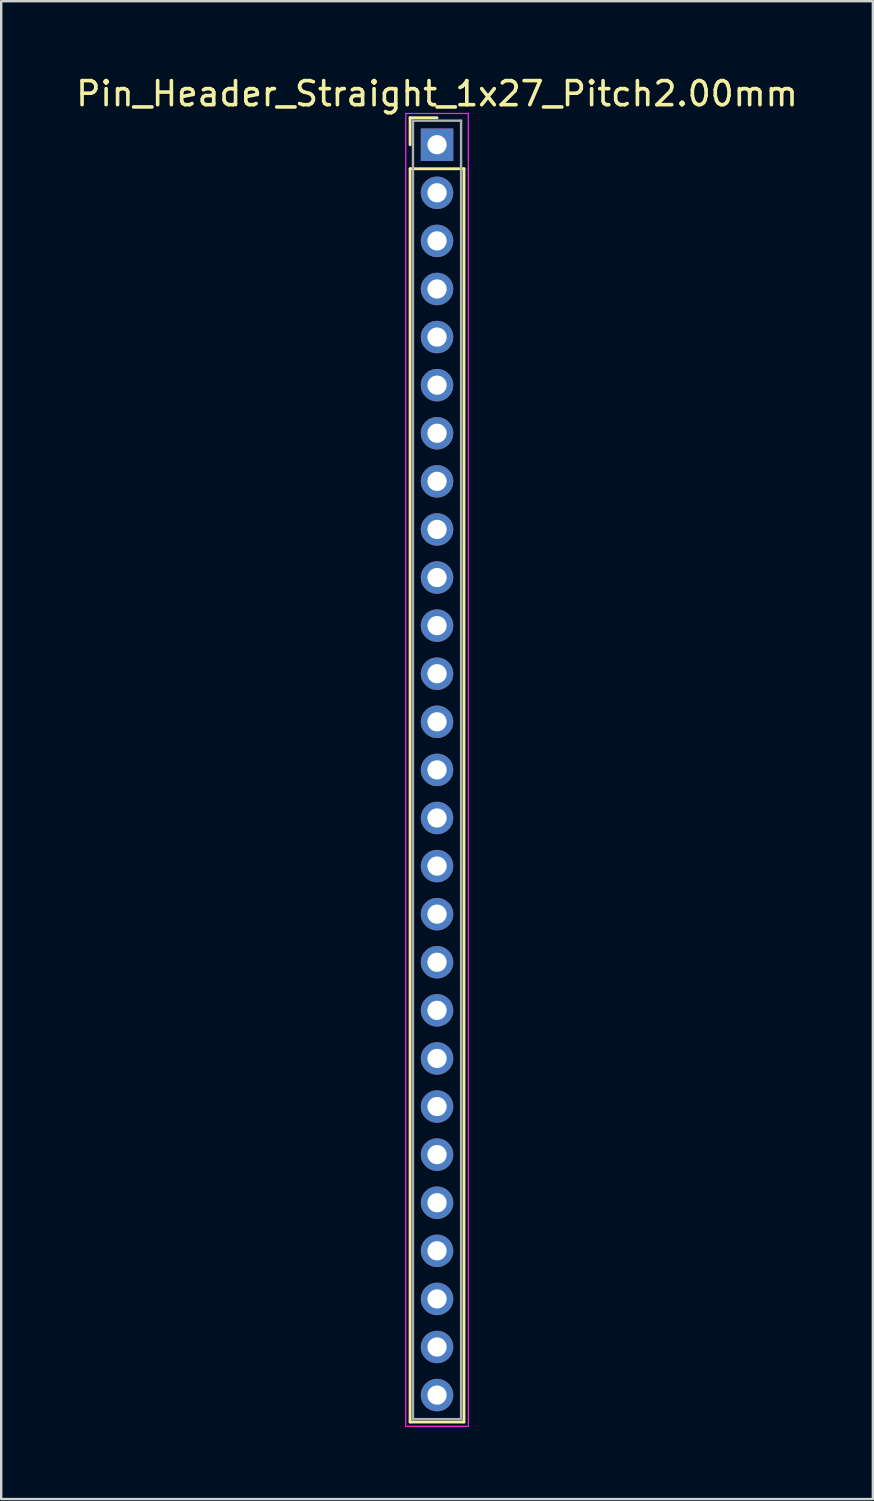
<source format=kicad_pcb>
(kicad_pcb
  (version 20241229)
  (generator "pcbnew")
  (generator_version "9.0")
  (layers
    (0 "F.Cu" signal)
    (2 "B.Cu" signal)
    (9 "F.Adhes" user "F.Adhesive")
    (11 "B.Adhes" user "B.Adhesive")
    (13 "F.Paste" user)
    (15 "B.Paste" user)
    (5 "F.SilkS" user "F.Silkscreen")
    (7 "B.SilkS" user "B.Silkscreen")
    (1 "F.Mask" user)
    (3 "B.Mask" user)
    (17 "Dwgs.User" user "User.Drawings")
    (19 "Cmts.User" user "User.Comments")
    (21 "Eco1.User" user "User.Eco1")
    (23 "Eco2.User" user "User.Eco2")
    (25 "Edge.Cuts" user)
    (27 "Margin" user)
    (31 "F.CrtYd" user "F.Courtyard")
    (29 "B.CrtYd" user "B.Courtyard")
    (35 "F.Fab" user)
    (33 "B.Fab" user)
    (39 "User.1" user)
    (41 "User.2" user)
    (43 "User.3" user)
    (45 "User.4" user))
  (footprint "Pin_Header_Straight_1x27_Pitch2.00mm"
    (layer "F.Cu")
    (at 15.125 2.968)
    (property "Reference" "Pin_Header_Straight_1x27_Pitch2.00mm" (at 0 -2.12 0) (layer "F.SilkS") (effects (font (size 1 1) (thickness 0.15))))
    (attr through_hole)
    (fp_line (start -1.12 -1.12) (end 0 -1.12) (stroke (width 0.12) (type solid)) (layer "F.SilkS"))
    (fp_line (start -1.12 0) (end -1.12 -1.12) (stroke (width 0.12) (type solid)) (layer "F.SilkS"))
    (fp_line (start -1.12 1) (end -1.12 53.12) (stroke (width 0.12) (type solid)) (layer "F.SilkS"))
    (fp_line (start -1.12 53.12) (end 1.12 53.12) (stroke (width 0.12) (type solid)) (layer "F.SilkS"))
    (fp_line (start 1.12 1) (end -1.12 1) (stroke (width 0.12) (type solid)) (layer "F.SilkS"))
    (fp_line (start 1.12 53.12) (end 1.12 1) (stroke (width 0.12) (type solid)) (layer "F.SilkS"))
    (fp_line (start -1.3 -1.3) (end -1.3 53.3) (stroke (width 0.05) (type solid)) (layer "F.CrtYd"))
    (fp_line (start -1.3 53.3) (end 1.3 53.3) (stroke (width 0.05) (type solid)) (layer "F.CrtYd"))
    (fp_line (start 1.3 -1.3) (end -1.3 -1.3) (stroke (width 0.05) (type solid)) (layer "F.CrtYd"))
    (fp_line (start 1.3 53.3) (end 1.3 -1.3) (stroke (width 0.05) (type solid)) (layer "F.CrtYd"))
    (fp_line (start -1 -1) (end -1 53) (stroke (width 0.1) (type solid)) (layer "F.Fab"))
    (fp_line (start -1 53) (end 1 53) (stroke (width 0.1) (type solid)) (layer "F.Fab"))
    (fp_line (start 1 -1) (end -1 -1) (stroke (width 0.1) (type solid)) (layer "F.Fab"))
    (fp_line (start 1 53) (end 1 -1) (stroke (width 0.1) (type solid)) (layer "F.Fab"))
    (pad "1" thru_hole rect (at 0 0) (size 1.35 1.35) (drill 0.8) (layers "*.Cu" "*.Mask"))
    (pad "2" thru_hole oval (at 0 2) (size 1.35 1.35) (drill 0.8) (layers "*.Cu" "*.Mask"))
    (pad "3" thru_hole oval (at 0 4) (size 1.35 1.35) (drill 0.8) (layers "*.Cu" "*.Mask"))
    (pad "4" thru_hole oval (at 0 6) (size 1.35 1.35) (drill 0.8) (layers "*.Cu" "*.Mask"))
    (pad "5" thru_hole oval (at 0 8) (size 1.35 1.35) (drill 0.8) (layers "*.Cu" "*.Mask"))
    (pad "6" thru_hole oval (at 0 10) (size 1.35 1.35) (drill 0.8) (layers "*.Cu" "*.Mask"))
    (pad "7" thru_hole oval (at 0 12) (size 1.35 1.35) (drill 0.8) (layers "*.Cu" "*.Mask"))
    (pad "8" thru_hole oval (at 0 14) (size 1.35 1.35) (drill 0.8) (layers "*.Cu" "*.Mask"))
    (pad "9" thru_hole oval (at 0 16) (size 1.35 1.35) (drill 0.8) (layers "*.Cu" "*.Mask"))
    (pad "10" thru_hole oval (at 0 18) (size 1.35 1.35) (drill 0.8) (layers "*.Cu" "*.Mask"))
    (pad "11" thru_hole oval (at 0 20) (size 1.35 1.35) (drill 0.8) (layers "*.Cu" "*.Mask"))
    (pad "12" thru_hole oval (at 0 22) (size 1.35 1.35) (drill 0.8) (layers "*.Cu" "*.Mask"))
    (pad "13" thru_hole oval (at 0 24) (size 1.35 1.35) (drill 0.8) (layers "*.Cu" "*.Mask"))
    (pad "14" thru_hole oval (at 0 26) (size 1.35 1.35) (drill 0.8) (layers "*.Cu" "*.Mask"))
    (pad "15" thru_hole oval (at 0 28) (size 1.35 1.35) (drill 0.8) (layers "*.Cu" "*.Mask"))
    (pad "16" thru_hole oval (at 0 30) (size 1.35 1.35) (drill 0.8) (layers "*.Cu" "*.Mask"))
    (pad "17" thru_hole oval (at 0 32) (size 1.35 1.35) (drill 0.8) (layers "*.Cu" "*.Mask"))
    (pad "18" thru_hole oval (at 0 34) (size 1.35 1.35) (drill 0.8) (layers "*.Cu" "*.Mask"))
    (pad "19" thru_hole oval (at 0 36) (size 1.35 1.35) (drill 0.8) (layers "*.Cu" "*.Mask"))
    (pad "20" thru_hole oval (at 0 38) (size 1.35 1.35) (drill 0.8) (layers "*.Cu" "*.Mask"))
    (pad "21" thru_hole oval (at 0 40) (size 1.35 1.35) (drill 0.8) (layers "*.Cu" "*.Mask"))
    (pad "22" thru_hole oval (at 0 42) (size 1.35 1.35) (drill 0.8) (layers "*.Cu" "*.Mask"))
    (pad "23" thru_hole oval (at 0 44) (size 1.35 1.35) (drill 0.8) (layers "*.Cu" "*.Mask"))
    (pad "24" thru_hole oval (at 0 46) (size 1.35 1.35) (drill 0.8) (layers "*.Cu" "*.Mask"))
    (pad "25" thru_hole oval (at 0 48) (size 1.35 1.35) (drill 0.8) (layers "*.Cu" "*.Mask"))
    (pad "26" thru_hole oval (at 0 50) (size 1.35 1.35) (drill 0.8) (layers "*.Cu" "*.Mask"))
    (pad "27" thru_hole oval (at 0 52) (size 1.35 1.35) (drill 0.8) (layers "*.Cu" "*.Mask")))
  (gr_rect
    (start -3 -3)
    (end 33.25 59.293)
    (stroke (width 0.1) (type default))
    (fill no)
    (layer "Edge.Cuts")))
</source>
